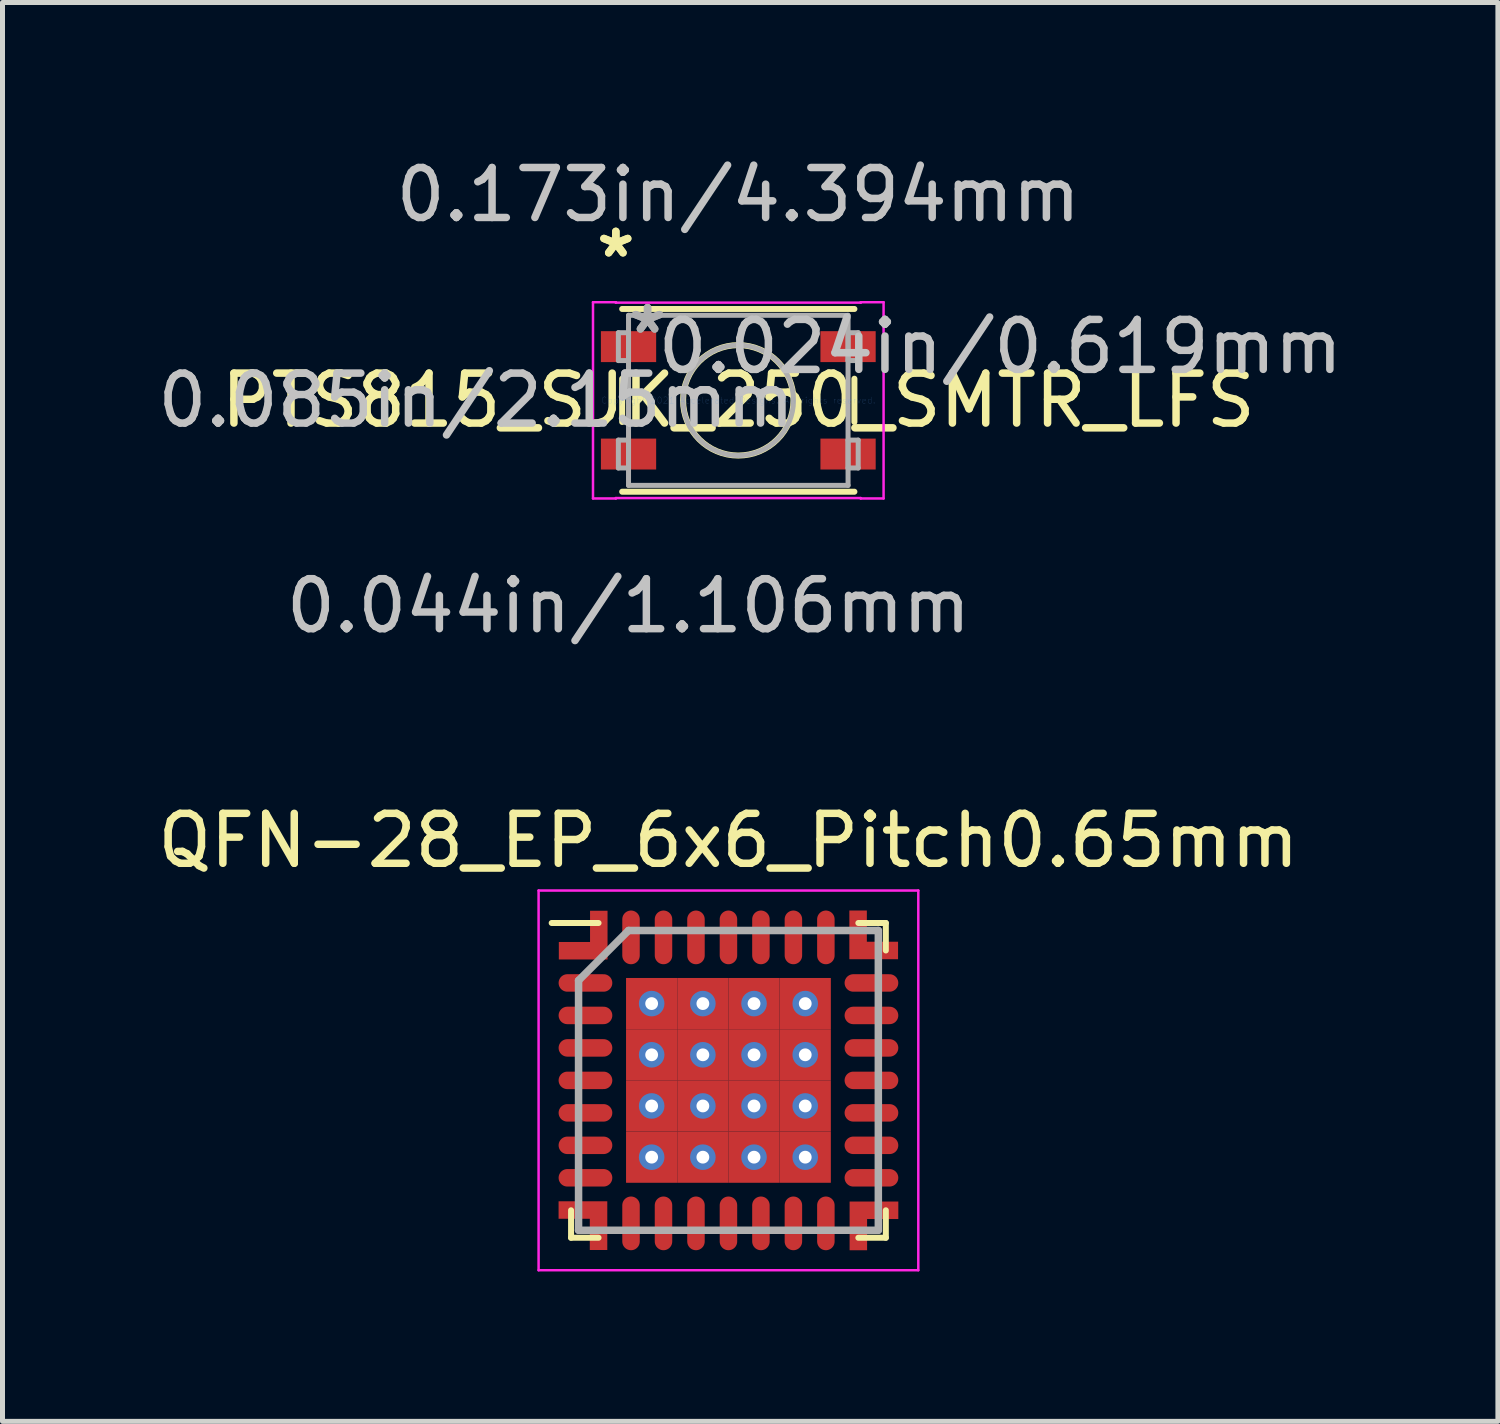
<source format=kicad_pcb>
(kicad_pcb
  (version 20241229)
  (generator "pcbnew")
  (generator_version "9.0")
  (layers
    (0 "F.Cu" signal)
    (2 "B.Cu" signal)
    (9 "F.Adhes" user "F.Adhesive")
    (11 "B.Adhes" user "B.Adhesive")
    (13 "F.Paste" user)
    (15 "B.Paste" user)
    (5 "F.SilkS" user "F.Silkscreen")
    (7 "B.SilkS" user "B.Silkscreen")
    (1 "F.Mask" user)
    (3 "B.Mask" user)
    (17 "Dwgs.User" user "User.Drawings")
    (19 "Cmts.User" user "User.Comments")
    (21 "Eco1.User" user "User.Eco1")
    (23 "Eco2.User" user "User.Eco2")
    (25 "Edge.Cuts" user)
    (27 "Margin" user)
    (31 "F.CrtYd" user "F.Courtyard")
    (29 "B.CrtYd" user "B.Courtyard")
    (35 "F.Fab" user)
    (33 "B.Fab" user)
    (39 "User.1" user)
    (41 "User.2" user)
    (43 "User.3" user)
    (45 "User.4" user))
  (footprint "QFN-28_EP_6x6_Pitch0.65mm"
    (layer "F.Cu")
    (at 11.53 18.574)
    (property "Reference" "QFN-28_EP_6x6_Pitch0.65mm" (at 0 -4.8 0) (layer "F.SilkS") (effects (font (size 1 1) (thickness 0.15))))
    (attr smd)
    (fp_line (start -3.15 3.15) (end -3.15 2.6) (stroke (width 0.12) (type solid)) (layer "F.SilkS"))
    (fp_line (start -2.6 -3.15) (end -3.538 -3.15) (stroke (width 0.12) (type solid)) (layer "F.SilkS"))
    (fp_line (start -2.6 3.15) (end -3.15 3.15) (stroke (width 0.12) (type solid)) (layer "F.SilkS"))
    (fp_line (start 2.6 -3.15) (end 3.15 -3.15) (stroke (width 0.12) (type solid)) (layer "F.SilkS"))
    (fp_line (start 2.6 3.15) (end 3.15 3.15) (stroke (width 0.12) (type solid)) (layer "F.SilkS"))
    (fp_line (start 3.15 -3.15) (end 3.15 -2.6) (stroke (width 0.12) (type solid)) (layer "F.SilkS"))
    (fp_line (start 3.15 3.15) (end 3.15 2.6) (stroke (width 0.12) (type solid)) (layer "F.SilkS"))
    (fp_poly (pts (xy -0.15 -0.15) (xy -1.8 -0.15) (xy -1.8 -1.8) (xy -0.15 -1.8)) (stroke (width 0) (type solid)) (fill yes) (layer "F.Paste"))
    (fp_poly (pts (xy -0.15 1.8) (xy -1.8 1.8) (xy -1.8 0.15) (xy -0.15 0.15)) (stroke (width 0) (type solid)) (fill yes) (layer "F.Paste"))
    (fp_poly (pts (xy 1.8 -0.15) (xy 0.15 -0.15) (xy 0.15 -1.8) (xy 1.8 -1.8)) (stroke (width 0) (type solid)) (fill yes) (layer "F.Paste"))
    (fp_poly (pts (xy 1.8 1.8) (xy 0.15 1.8) (xy 0.15 0.15) (xy 1.8 0.15)) (stroke (width 0) (type solid)) (fill yes) (layer "F.Paste"))
    (fp_line (start -3.8 -3.8) (end 3.8 -3.8) (stroke (width 0.05) (type solid)) (layer "F.CrtYd"))
    (fp_line (start -3.8 3.8) (end -3.8 -3.8) (stroke (width 0.05) (type solid)) (layer "F.CrtYd"))
    (fp_line (start 3.8 -3.8) (end 3.8 3.8) (stroke (width 0.05) (type solid)) (layer "F.CrtYd"))
    (fp_line (start 3.8 3.8) (end -3.8 3.8) (stroke (width 0.05) (type solid)) (layer "F.CrtYd"))
    (fp_line (start -3 -2) (end -3 3) (stroke (width 0.15) (type solid)) (layer "F.Fab"))
    (fp_line (start -3 3) (end 3 3) (stroke (width 0.15) (type solid)) (layer "F.Fab"))
    (fp_line (start -2 -3) (end -3 -2) (stroke (width 0.15) (type solid)) (layer "F.Fab"))
    (fp_line (start 3 -3) (end -2 -3) (stroke (width 0.15) (type solid)) (layer "F.Fab"))
    (fp_line (start 3 3) (end 3 -3) (stroke (width 0.15) (type solid)) (layer "F.Fab"))
    (pad "1" smd oval (at -2.862 -1.95 90) (size 0.35 1.075) (layers "F.Cu" "F.Mask" "F.Paste"))
    (pad "2" smd oval (at -2.862 -1.3 90) (size 0.35 1.075) (layers "F.Cu" "F.Mask" "F.Paste"))
    (pad "3" smd oval (at -2.862 -0.65 90) (size 0.35 1.075) (layers "F.Cu" "F.Mask" "F.Paste"))
    (pad "4" smd oval (at -2.862 0 90) (size 0.35 1.075) (layers "F.Cu" "F.Mask" "F.Paste"))
    (pad "5" smd oval (at -2.862 0.65 90) (size 0.35 1.075) (layers "F.Cu" "F.Mask" "F.Paste"))
    (pad "6" smd oval (at -2.862 1.3 90) (size 0.35 1.075) (layers "F.Cu" "F.Mask" "F.Paste"))
    (pad "7" smd oval (at -2.862 1.95 90) (size 0.35 1.075) (layers "F.Cu" "F.Mask" "F.Paste"))
    (pad "8" smd oval (at -1.95 2.862) (size 0.35 1.075) (layers "F.Cu" "F.Mask" "F.Paste"))
    (pad "9" smd oval (at -1.3 2.862) (size 0.35 1.075) (layers "F.Cu" "F.Mask" "F.Paste"))
    (pad "10" smd oval (at -0.65 2.862) (size 0.35 1.075) (layers "F.Cu" "F.Mask" "F.Paste"))
    (pad "11" smd oval (at 0 2.862) (size 0.35 1.075) (layers "F.Cu" "F.Mask" "F.Paste"))
    (pad "12" smd oval (at 0.65 2.862) (size 0.35 1.075) (layers "F.Cu" "F.Mask" "F.Paste"))
    (pad "13" smd oval (at 1.3 2.862) (size 0.35 1.075) (layers "F.Cu" "F.Mask" "F.Paste"))
    (pad "14" smd oval (at 1.95 2.862) (size 0.35 1.075) (layers "F.Cu" "F.Mask" "F.Paste"))
    (pad "15" smd oval (at 2.862 1.95 90) (size 0.35 1.075) (layers "F.Cu" "F.Mask" "F.Paste"))
    (pad "16" smd oval (at 2.862 1.3 90) (size 0.35 1.075) (layers "F.Cu" "F.Mask" "F.Paste"))
    (pad "17" smd oval (at 2.862 0.65 90) (size 0.35 1.075) (layers "F.Cu" "F.Mask" "F.Paste"))
    (pad "18" smd oval (at 2.862 0 90) (size 0.35 1.075) (layers "F.Cu" "F.Mask" "F.Paste"))
    (pad "19" smd oval (at 2.862 -0.65 90) (size 0.35 1.075) (layers "F.Cu" "F.Mask" "F.Paste"))
    (pad "20" smd oval (at 2.862 -1.3 90) (size 0.35 1.075) (layers "F.Cu" "F.Mask" "F.Paste"))
    (pad "21" smd oval (at 2.862 -1.95 90) (size 0.35 1.075) (layers "F.Cu" "F.Mask" "F.Paste"))
    (pad "22" smd oval (at 1.95 -2.862) (size 0.35 1.075) (layers "F.Cu" "F.Mask" "F.Paste"))
    (pad "23" smd oval (at 1.3 -2.862) (size 0.35 1.075) (layers "F.Cu" "F.Mask" "F.Paste"))
    (pad "24" smd oval (at 0.65 -2.862) (size 0.35 1.075) (layers "F.Cu" "F.Mask" "F.Paste"))
    (pad "25" smd oval (at 0 -2.862) (size 0.35 1.075) (layers "F.Cu" "F.Mask" "F.Paste"))
    (pad "26" smd oval (at -0.65 -2.862) (size 0.35 1.075) (layers "F.Cu" "F.Mask" "F.Paste"))
    (pad "27" smd oval (at -1.3 -2.862) (size 0.35 1.075) (layers "F.Cu" "F.Mask" "F.Paste"))
    (pad "28" smd oval (at -1.95 -2.862) (size 0.35 1.075) (layers "F.Cu" "F.Mask" "F.Paste"))
    (pad "29" smd custom (at -2.64 -2.66) (size 0.1 0.1) (layers "F.Cu" "F.Mask" "F.Paste") (options (anchor rect)) (primitives (gr_poly (pts (xy -0.13 -0.11) (xy -0.13 -0.735) (xy 0.22 -0.735) (xy 0.22 0.24) (xy -0.755 0.24) (xy -0.755 -0.11)) (width 0) (fill yes))))
    (pad "30" smd custom (at -2.615 2.605) (size 0.1 0.1) (layers "F.Cu" "F.Mask" "F.Paste") (options (anchor rect)) (primitives (gr_poly (pts (xy -0.16 0.165) (xy -0.785 0.165) (xy -0.785 -0.185) (xy 0.19 -0.185) (xy 0.19 0.79) (xy -0.16 0.79)) (width 0) (fill yes))))
    (pad "31" smd custom (at 2.63 2.625) (size 0.1 0.1) (layers "F.Cu" "F.Mask" "F.Paste") (options (anchor rect)) (primitives (gr_poly (pts (xy 0.145 0.15) (xy 0.145 0.775) (xy -0.205 0.775) (xy -0.205 -0.2) (xy 0.77 -0.2) (xy 0.77 0.15)) (width 0) (fill yes))))
    (pad "32" smd custom (at 2.635 -2.675) (size 0.1 0.1) (layers "F.Cu" "F.Mask" "F.Paste") (options (anchor rect)) (primitives (gr_poly (pts (xy 0.135 -0.1) (xy 0.76 -0.1) (xy 0.76 0.25) (xy -0.215 0.25) (xy -0.215 -0.725) (xy 0.135 -0.725)) (width 0) (fill yes))))
    (pad "33" thru_hole circle (at -1.537 -1.537) (size 0.512 0.512) (drill 0.256) (layers "*.Cu" "*.Mask"))
    (pad "33" smd rect (at -1.537 -1.537) (size 1.025 1.025) (layers "F.Cu" "F.Mask" "F.Paste"))
    (pad "33" thru_hole circle (at -1.537 -0.512) (size 0.512 0.512) (drill 0.256) (layers "*.Cu" "*.Mask"))
    (pad "33" smd rect (at -1.537 -0.512) (size 1.025 1.025) (layers "F.Cu" "F.Mask" "F.Paste"))
    (pad "33" thru_hole circle (at -1.537 0.512) (size 0.512 0.512) (drill 0.256) (layers "*.Cu" "*.Mask"))
    (pad "33" smd rect (at -1.537 0.512) (size 1.025 1.025) (layers "F.Cu" "F.Mask" "F.Paste"))
    (pad "33" thru_hole circle (at -1.537 1.537) (size 0.512 0.512) (drill 0.256) (layers "*.Cu" "*.Mask"))
    (pad "33" smd rect (at -1.537 1.537) (size 1.025 1.025) (layers "F.Cu" "F.Mask" "F.Paste"))
    (pad "33" thru_hole circle (at -0.512 -1.537) (size 0.512 0.512) (drill 0.256) (layers "*.Cu" "*.Mask"))
    (pad "33" smd rect (at -0.512 -1.537) (size 1.025 1.025) (layers "F.Cu" "F.Mask" "F.Paste"))
    (pad "33" thru_hole circle (at -0.512 -0.512) (size 0.512 0.512) (drill 0.256) (layers "*.Cu" "*.Mask"))
    (pad "33" smd rect (at -0.512 -0.512) (size 1.025 1.025) (layers "F.Cu" "F.Mask" "F.Paste"))
    (pad "33" thru_hole circle (at -0.512 0.512) (size 0.512 0.512) (drill 0.256) (layers "*.Cu" "*.Mask"))
    (pad "33" smd rect (at -0.512 0.512) (size 1.025 1.025) (layers "F.Cu" "F.Mask" "F.Paste"))
    (pad "33" thru_hole circle (at -0.512 1.537) (size 0.512 0.512) (drill 0.256) (layers "*.Cu" "*.Mask"))
    (pad "33" smd rect (at -0.512 1.537) (size 1.025 1.025) (layers "F.Cu" "F.Mask" "F.Paste"))
    (pad "33" thru_hole circle (at 0.512 -1.537) (size 0.512 0.512) (drill 0.256) (layers "*.Cu" "*.Mask"))
    (pad "33" smd rect (at 0.512 -1.537) (size 1.025 1.025) (layers "F.Cu" "F.Mask" "F.Paste"))
    (pad "33" thru_hole circle (at 0.512 -0.512) (size 0.512 0.512) (drill 0.256) (layers "*.Cu" "*.Mask"))
    (pad "33" smd rect (at 0.512 -0.512) (size 1.025 1.025) (layers "F.Cu" "F.Mask" "F.Paste"))
    (pad "33" thru_hole circle (at 0.512 0.512) (size 0.512 0.512) (drill 0.256) (layers "*.Cu" "*.Mask"))
    (pad "33" smd rect (at 0.512 0.512) (size 1.025 1.025) (layers "F.Cu" "F.Mask" "F.Paste"))
    (pad "33" thru_hole circle (at 0.512 1.537) (size 0.512 0.512) (drill 0.256) (layers "*.Cu" "*.Mask"))
    (pad "33" smd rect (at 0.512 1.537) (size 1.025 1.025) (layers "F.Cu" "F.Mask" "F.Paste"))
    (pad "33" thru_hole circle (at 1.537 -1.537) (size 0.512 0.512) (drill 0.256) (layers "*.Cu" "*.Mask"))
    (pad "33" smd rect (at 1.537 -1.537) (size 1.025 1.025) (layers "F.Cu" "F.Mask" "F.Paste"))
    (pad "33" thru_hole circle (at 1.537 -0.512) (size 0.512 0.512) (drill 0.256) (layers "*.Cu" "*.Mask"))
    (pad "33" smd rect (at 1.537 -0.512) (size 1.025 1.025) (layers "F.Cu" "F.Mask" "F.Paste"))
    (pad "33" thru_hole circle (at 1.537 0.512) (size 0.512 0.512) (drill 0.256) (layers "*.Cu" "*.Mask"))
    (pad "33" smd rect (at 1.537 0.512) (size 1.025 1.025) (layers "F.Cu" "F.Mask" "F.Paste"))
    (pad "33" thru_hole circle (at 1.537 1.537) (size 0.512 0.512) (drill 0.256) (layers "*.Cu" "*.Mask"))
    (pad "33" smd rect (at 1.537 1.537) (size 1.025 1.025) (layers "F.Cu" "F.Mask" "F.Paste")))
  (footprint "PTS815_SJK_250_SMTR_LFS"
    (layer "F.Cu")
    (at 11.727 4.963)
    (property "Reference" "PTS815_SJK_250_SMTR_LFS" (at 0 0 0) (layer "F.SilkS") (effects (font (size 1 1) (thickness 0.15))))
    (attr through_hole)
    (fp_line (start -2.324 -0.433) (end -2.324 0.433) (stroke (width 0.12) (type solid)) (layer "F.SilkS"))
    (fp_line (start -2.324 1.829) (end 2.324 1.829) (stroke (width 0.12) (type solid)) (layer "F.SilkS"))
    (fp_line (start 2.324 -1.829) (end -2.324 -1.829) (stroke (width 0.12) (type solid)) (layer "F.SilkS"))
    (fp_line (start 2.324 0.433) (end 2.324 -0.433) (stroke (width 0.12) (type solid)) (layer "F.SilkS"))
    (fp_circle (center 0 0) (end 1.105 0) (stroke (width 0.12) (type solid)) (fill no) (layer "F.SilkS"))
    (fp_line (start -2.908 -1.964) (end -2.451 -1.964) (stroke (width 0.05) (type solid)) (layer "F.CrtYd"))
    (fp_line (start -2.908 1.964) (end -2.908 -1.964) (stroke (width 0.05) (type solid)) (layer "F.CrtYd"))
    (fp_line (start -2.451 -1.964) (end -2.451 -1.956) (stroke (width 0.05) (type solid)) (layer "F.CrtYd"))
    (fp_line (start -2.451 -1.956) (end 2.451 -1.956) (stroke (width 0.05) (type solid)) (layer "F.CrtYd"))
    (fp_line (start -2.451 1.956) (end -2.451 1.964) (stroke (width 0.05) (type solid)) (layer "F.CrtYd"))
    (fp_line (start -2.451 1.964) (end -2.908 1.964) (stroke (width 0.05) (type solid)) (layer "F.CrtYd"))
    (fp_line (start 2.451 -1.964) (end 2.908 -1.964) (stroke (width 0.05) (type solid)) (layer "F.CrtYd"))
    (fp_line (start 2.451 -1.956) (end 2.451 -1.964) (stroke (width 0.05) (type solid)) (layer "F.CrtYd"))
    (fp_line (start 2.451 1.956) (end -2.451 1.956) (stroke (width 0.05) (type solid)) (layer "F.CrtYd"))
    (fp_line (start 2.451 1.964) (end 2.451 1.956) (stroke (width 0.05) (type solid)) (layer "F.CrtYd"))
    (fp_line (start 2.908 -1.964) (end 2.908 1.964) (stroke (width 0.05) (type solid)) (layer "F.CrtYd"))
    (fp_line (start 2.908 1.964) (end 2.451 1.964) (stroke (width 0.05) (type solid)) (layer "F.CrtYd"))
    (fp_line (start -2.4 -1.354) (end -2.4 -0.796) (stroke (width 0.1) (type solid)) (layer "F.Fab"))
    (fp_line (start -2.4 -0.796) (end -2.197 -0.796) (stroke (width 0.1) (type solid)) (layer "F.Fab"))
    (fp_line (start -2.4 0.796) (end -2.4 1.354) (stroke (width 0.1) (type solid)) (layer "F.Fab"))
    (fp_line (start -2.4 1.354) (end -2.197 1.354) (stroke (width 0.1) (type solid)) (layer "F.Fab"))
    (fp_line (start -2.197 -1.702) (end -2.197 1.702) (stroke (width 0.1) (type solid)) (layer "F.Fab"))
    (fp_line (start -2.197 -1.354) (end -2.4 -1.354) (stroke (width 0.1) (type solid)) (layer "F.Fab"))
    (fp_line (start -2.197 -0.796) (end -2.197 -1.354) (stroke (width 0.1) (type solid)) (layer "F.Fab"))
    (fp_line (start -2.197 0.796) (end -2.4 0.796) (stroke (width 0.1) (type solid)) (layer "F.Fab"))
    (fp_line (start -2.197 1.354) (end -2.197 0.796) (stroke (width 0.1) (type solid)) (layer "F.Fab"))
    (fp_line (start -2.197 1.702) (end 2.197 1.702) (stroke (width 0.1) (type solid)) (layer "F.Fab"))
    (fp_line (start 2.197 -1.702) (end -2.197 -1.702) (stroke (width 0.1) (type solid)) (layer "F.Fab"))
    (fp_line (start 2.197 -1.354) (end 2.197 -0.796) (stroke (width 0.1) (type solid)) (layer "F.Fab"))
    (fp_line (start 2.197 -0.796) (end 2.4 -0.796) (stroke (width 0.1) (type solid)) (layer "F.Fab"))
    (fp_line (start 2.197 0.796) (end 2.197 1.354) (stroke (width 0.1) (type solid)) (layer "F.Fab"))
    (fp_line (start 2.197 1.354) (end 2.4 1.354) (stroke (width 0.1) (type solid)) (layer "F.Fab"))
    (fp_line (start 2.197 1.702) (end 2.197 -1.702) (stroke (width 0.1) (type solid)) (layer "F.Fab"))
    (fp_line (start 2.4 -1.354) (end 2.197 -1.354) (stroke (width 0.1) (type solid)) (layer "F.Fab"))
    (fp_line (start 2.4 -0.796) (end 2.4 -1.354) (stroke (width 0.1) (type solid)) (layer "F.Fab"))
    (fp_line (start 2.4 0.796) (end 2.197 0.796) (stroke (width 0.1) (type solid)) (layer "F.Fab"))
    (fp_line (start 2.4 1.354) (end 2.4 0.796) (stroke (width 0.1) (type solid)) (layer "F.Fab"))
    (fp_circle (center 0 0) (end 1.105 0) (stroke (width 0.1) (type solid)) (fill no) (layer "F.Fab"))
    (fp_text user "*" (at -2.451 -2.837 0) (layer "F.SilkS") (effects (font (size 1 1) (thickness 0.15))))
    (fp_text user "*" (at -2.451 -2.837 0) (layer "F.SilkS") (effects (font (size 1 1) (thickness 0.15))))
    (fp_text user "0.044in/1.106mm" (at -2.197 4.115 0) (layer "Dwgs.User") (effects (font (size 1 1) (thickness 0.15))))
    (fp_text user "0.173in/4.394mm" (at 0 -4.115 0) (layer "Dwgs.User") (effects (font (size 1 1) (thickness 0.15))))
    (fp_text user "0.085in/2.15mm" (at -5.245 0 0) (layer "Dwgs.User") (effects (font (size 1 1) (thickness 0.15))))
    (fp_text user "0.024in/0.619mm" (at 5.245 -1.075 0) (layer "Dwgs.User") (effects (font (size 1 1) (thickness 0.15))))
    (fp_text user "Copyright 2021 Accelerated Designs. All rights reserved." (at 0 0 0) (layer "Cmts.User") (effects (font (size 0.127 0.127) (thickness 0.002))))
    (fp_text user "*" (at -1.816 -1.313 0) (layer "F.Fab") (effects (font (size 1 1) (thickness 0.15))))
    (fp_text user "*" (at -1.816 -1.313 0) (layer "F.Fab") (effects (font (size 1 1) (thickness 0.15))))
    (pad "1" smd rect (at -2.197 -1.075) (size 1.106 0.619) (layers "F.Cu" "F.Mask" "F.Paste"))
    (pad "2" smd rect (at -2.197 1.075) (size 1.106 0.619) (layers "F.Cu" "F.Mask" "F.Paste"))
    (pad "3" smd rect (at 2.197 1.075) (size 1.106 0.619) (layers "F.Cu" "F.Mask" "F.Paste"))
    (pad "4" smd rect (at 2.197 -1.075) (size 1.106 0.619) (layers "F.Cu" "F.Mask" "F.Paste")))
  (gr_rect
    (start -3 -3)
    (end 26.931 25.399)
    (stroke (width 0.1) (type default))
    (fill no)
    (layer "Edge.Cuts")))
</source>
